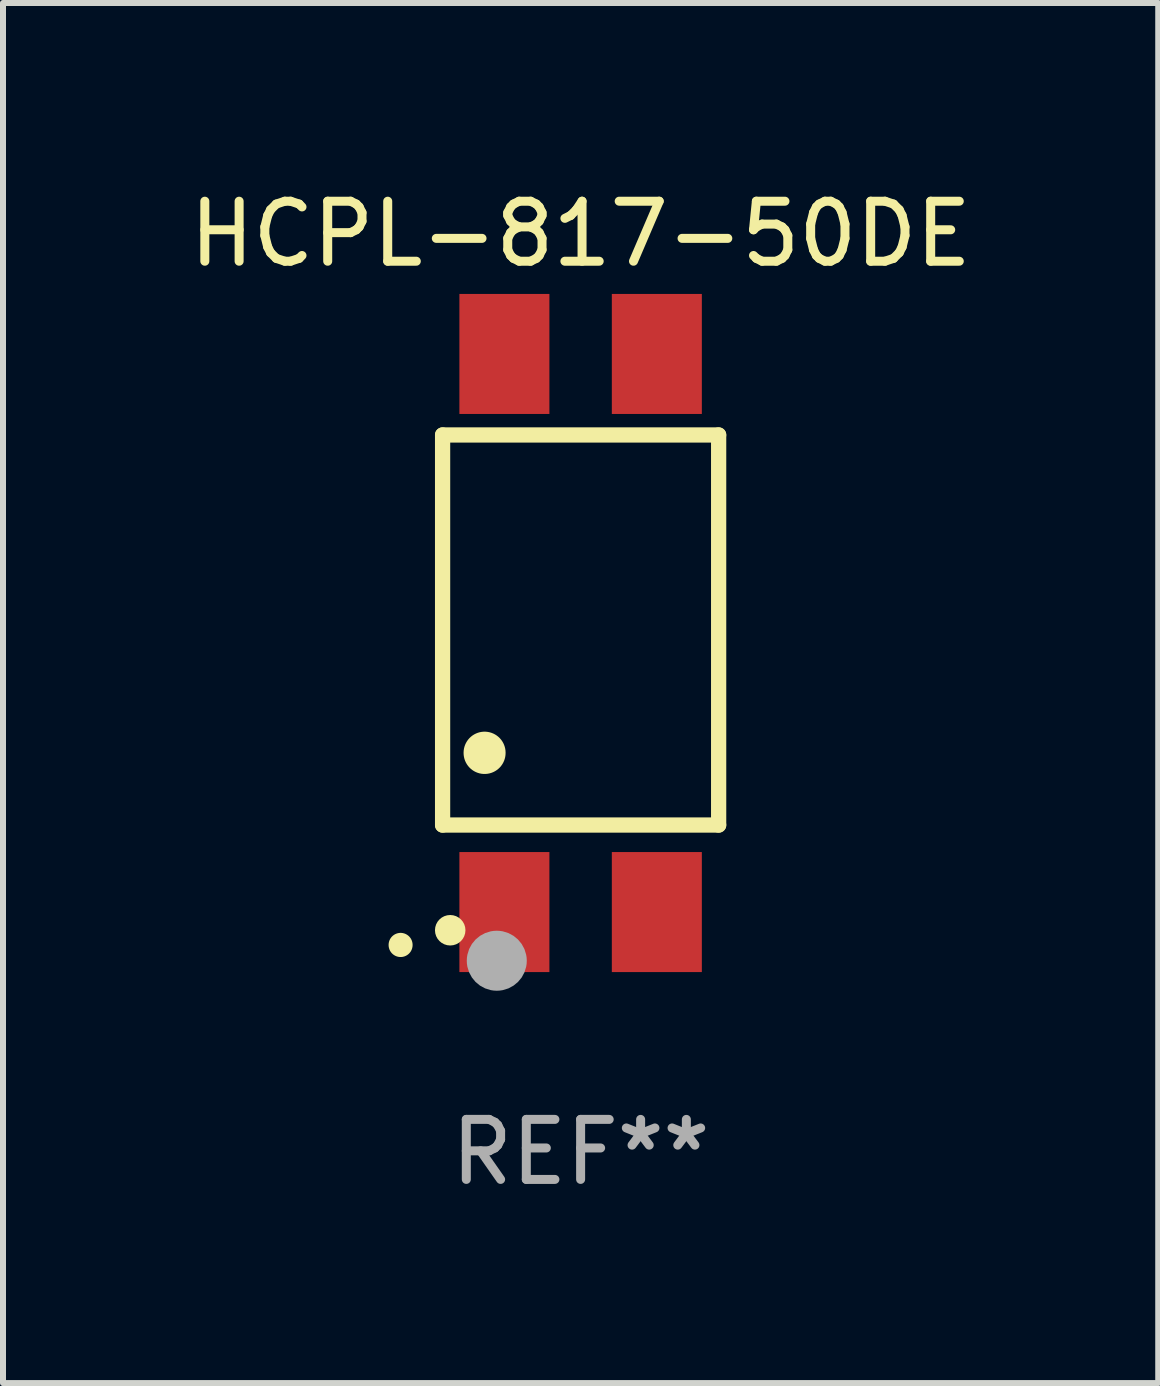
<source format=kicad_pcb>
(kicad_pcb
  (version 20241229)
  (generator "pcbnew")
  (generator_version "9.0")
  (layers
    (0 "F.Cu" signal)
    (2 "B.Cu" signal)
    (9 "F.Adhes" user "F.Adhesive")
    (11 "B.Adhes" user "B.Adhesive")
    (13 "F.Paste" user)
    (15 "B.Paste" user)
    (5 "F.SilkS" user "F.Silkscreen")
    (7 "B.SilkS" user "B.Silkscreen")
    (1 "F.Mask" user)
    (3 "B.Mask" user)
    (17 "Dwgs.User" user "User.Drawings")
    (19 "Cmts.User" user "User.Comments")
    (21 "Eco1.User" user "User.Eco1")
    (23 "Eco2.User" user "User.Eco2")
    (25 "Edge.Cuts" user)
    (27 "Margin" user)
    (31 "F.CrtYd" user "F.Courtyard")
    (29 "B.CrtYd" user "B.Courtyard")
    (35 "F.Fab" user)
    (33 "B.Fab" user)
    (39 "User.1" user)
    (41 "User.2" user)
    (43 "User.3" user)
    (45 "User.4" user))
  (footprint "HCPL-817-50DE"
    (layer "F.Cu")
    (at 6.625 7.498)
    (property "Reference" "HCPL-817-50DE" (at 0 -6.65 0) (layer "F.SilkS") (effects (font (size 1 1) (thickness 0.15))))
    (attr through_hole)
    (fp_line (start -2.3 -3.3) (end -2.3 3.2) (stroke (width 0.254) (type solid)) (layer "F.SilkS"))
    (fp_line (start -2.3 -3.3) (end 2.3 -3.3) (stroke (width 0.254) (type solid)) (layer "F.SilkS"))
    (fp_line (start -2.3 3.2) (end 2.3 3.2) (stroke (width 0.254) (type solid)) (layer "F.SilkS"))
    (fp_line (start 2.3 -3.3) (end 2.3 3.2) (stroke (width 0.254) (type solid)) (layer "F.SilkS"))
    (fp_arc (start -2.999746 5.19939) (mid -2.99975 5.19812) (end -2.999746 5.19685) (stroke (width 0.4) (type solid)) (layer "F.SilkS"))
    (fp_arc (start -1.600203 1.998984) (mid -1.600212 1.996444) (end -1.600203 1.993904) (stroke (width 0.700003) (type solid)) (layer "F.SilkS"))
    (fp_circle (center -2.173 4.953) (end -2.046 4.953) (stroke (width 0.254) (type solid)) (fill no) (layer "F.SilkS"))
    (fp_circle (center -1.397 5.461) (end -1.147 5.461) (stroke (width 0.5) (type solid)) (fill no) (layer "F.Fab"))
    (fp_text user "REF**" (at 0 8.65 0) (layer "F.Fab") (effects (font (size 1 1) (thickness 0.15))))
    (pad "1" smd rect (at -1.27 4.65 180) (size 1.5 2) (layers "F.Cu" "F.Mask" "F.Paste"))
    (pad "2" smd rect (at 1.27 4.65 180) (size 1.5 2) (layers "F.Cu" "F.Mask" "F.Paste"))
    (pad "3" smd rect (at 1.27 -4.65 180) (size 1.5 2) (layers "F.Cu" "F.Mask" "F.Paste"))
    (pad "4" smd rect (at -1.27 -4.65 180) (size 1.5 2) (layers "F.Cu" "F.Mask" "F.Paste")))
  (gr_rect
    (start -3 -3)
    (end 16.25 19.996)
    (stroke (width 0.1) (type default))
    (fill no)
    (layer "Edge.Cuts")))
</source>
